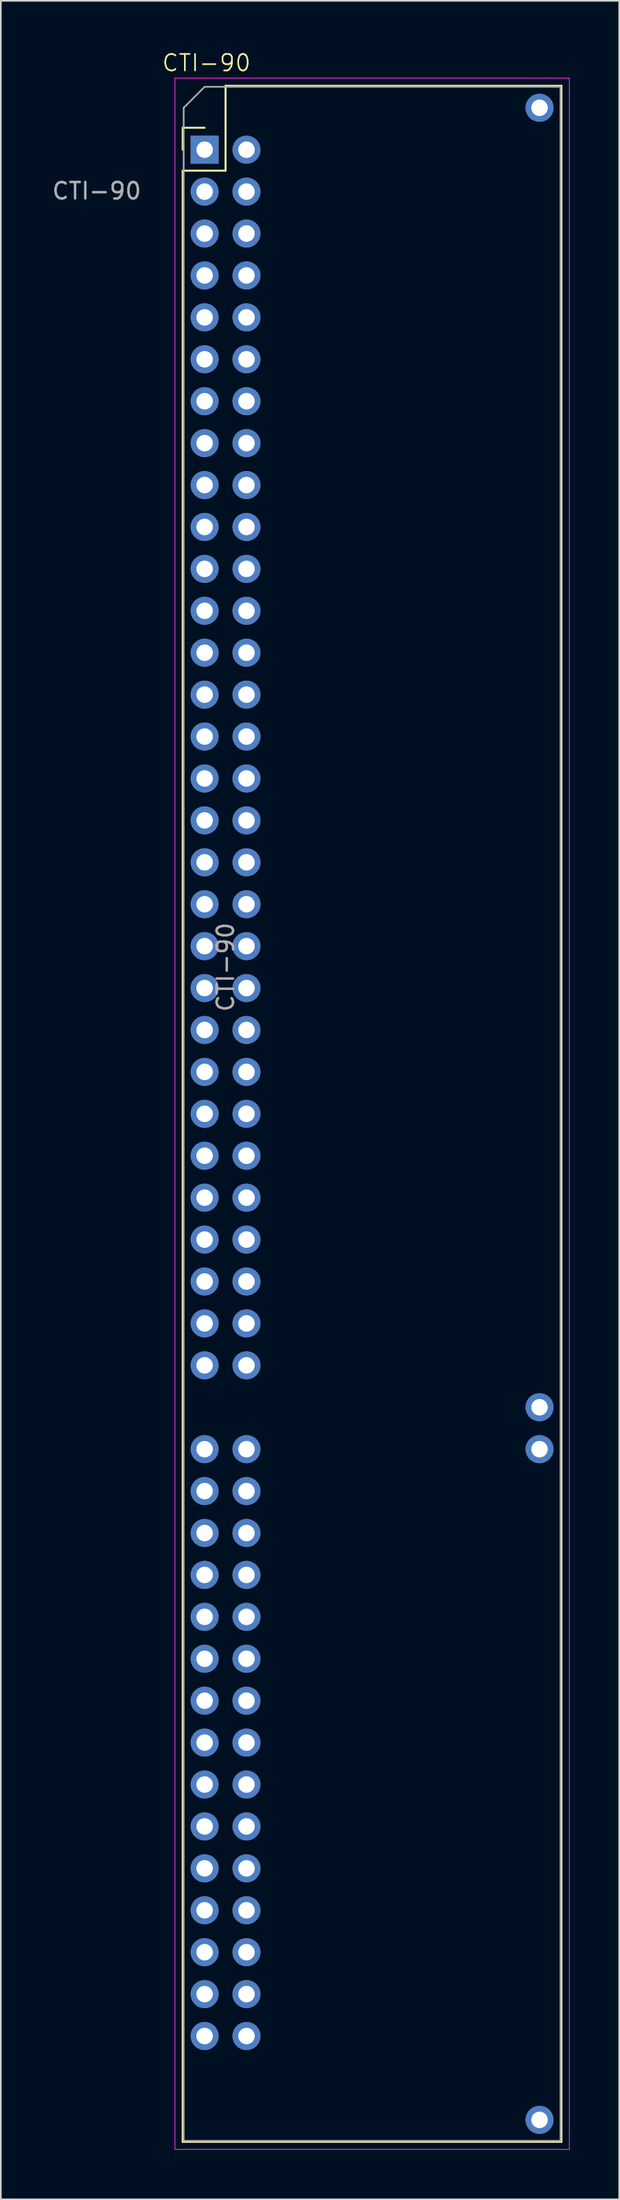
<source format=kicad_pcb>
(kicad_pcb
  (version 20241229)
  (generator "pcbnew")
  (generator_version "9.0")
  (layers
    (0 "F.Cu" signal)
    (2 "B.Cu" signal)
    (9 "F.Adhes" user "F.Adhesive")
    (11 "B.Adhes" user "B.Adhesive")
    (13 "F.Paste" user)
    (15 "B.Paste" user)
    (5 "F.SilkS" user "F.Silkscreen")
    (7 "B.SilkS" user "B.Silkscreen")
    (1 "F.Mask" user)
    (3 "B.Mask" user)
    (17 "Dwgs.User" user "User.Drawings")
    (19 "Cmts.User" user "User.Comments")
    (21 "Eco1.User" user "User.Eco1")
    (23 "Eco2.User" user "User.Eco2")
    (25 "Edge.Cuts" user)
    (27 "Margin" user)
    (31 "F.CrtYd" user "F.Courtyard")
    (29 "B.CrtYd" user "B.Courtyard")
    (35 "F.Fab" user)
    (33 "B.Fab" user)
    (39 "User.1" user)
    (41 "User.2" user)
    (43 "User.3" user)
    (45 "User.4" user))
  (footprint "CTI-90"
    (layer "F.Cu")
    (at 9.365 6.021)
    (property "Reference" "CTI-90" (at 0.11 -5.26 0) (unlocked yes) (layer "F.SilkS") (effects (font (size 1 1) (thickness 0.1))))
    (attr through_hole)
    (fp_line (start -1.33 -1.33) (end 0 -1.33) (stroke (width 0.12) (type solid)) (layer "F.SilkS"))
    (fp_line (start -1.33 0) (end -1.33 -1.33) (stroke (width 0.12) (type solid)) (layer "F.SilkS"))
    (fp_line (start -1.33 1.27) (end -1.33 120.71) (stroke (width 0.12) (type solid)) (layer "F.SilkS"))
    (fp_line (start -1.33 1.27) (end 1.27 1.27) (stroke (width 0.12) (type solid)) (layer "F.SilkS"))
    (fp_line (start -1.33 120.71) (end 21.65 120.71) (stroke (width 0.12) (type solid)) (layer "F.SilkS"))
    (fp_line (start 1.27 -3.87) (end 21.65 -3.87) (stroke (width 0.12) (type solid)) (layer "F.SilkS"))
    (fp_line (start 1.27 1.27) (end 1.27 -3.87) (stroke (width 0.12) (type solid)) (layer "F.SilkS"))
    (fp_line (start 21.65 -3.87) (end 21.65 120.71) (stroke (width 0.12) (type solid)) (layer "F.SilkS"))
    (fp_line (start -1.8 -4.34) (end -1.8 121.17) (stroke (width 0.05) (type solid)) (layer "F.CrtYd"))
    (fp_line (start -1.8 121.17) (end 22.13 121.17) (stroke (width 0.05) (type solid)) (layer "F.CrtYd"))
    (fp_line (start 22.13 -4.34) (end -1.8 -4.34) (stroke (width 0.05) (type solid)) (layer "F.CrtYd"))
    (fp_line (start 22.13 121.17) (end 22.13 -4.34) (stroke (width 0.05) (type solid)) (layer "F.CrtYd"))
    (fp_line (start -1.27 -2.54) (end 0 -3.81) (stroke (width 0.1) (type solid)) (layer "F.Fab"))
    (fp_line (start -1.27 120.65) (end -1.27 -2.54) (stroke (width 0.1) (type solid)) (layer "F.Fab"))
    (fp_line (start 0 -3.81) (end 21.59 -3.81) (stroke (width 0.1) (type solid)) (layer "F.Fab"))
    (fp_line (start 21.59 -3.81) (end 21.59 120.65) (stroke (width 0.1) (type solid)) (layer "F.Fab"))
    (fp_line (start 21.59 120.65) (end -1.27 120.65) (stroke (width 0.1) (type solid)) (layer "F.Fab"))
    (fp_text user "${REFERENCE}" (at -6.55 2.5 0) (unlocked yes) (layer "F.Fab") (effects (font (size 1 1) (thickness 0.15))))
    (fp_text user "${REFERENCE}" (at 1.27 49.53 90) (layer "F.Fab") (effects (font (size 1 1) (thickness 0.15))))
    (pad "" thru_hole oval (at 20.32 -2.54) (size 1.7 1.7) (drill 1) (layers "*.Cu" "*.Mask"))
    (pad "" thru_hole oval (at 20.32 76.2) (size 1.7 1.7) (drill 1) (layers "*.Cu" "*.Mask"))
    (pad "" thru_hole oval (at 20.32 78.74) (size 1.7 1.7) (drill 1) (layers "*.Cu" "*.Mask"))
    (pad "" thru_hole oval (at 20.32 119.38) (size 1.7 1.7) (drill 1) (layers "*.Cu" "*.Mask"))
    (pad "1" thru_hole rect (at 0 0) (size 1.7 1.7) (drill 1) (layers "*.Cu" "*.Mask"))
    (pad "2" thru_hole oval (at 2.54 0) (size 1.7 1.7) (drill 1) (layers "*.Cu" "*.Mask"))
    (pad "3" thru_hole oval (at 0 2.54) (size 1.7 1.7) (drill 1) (layers "*.Cu" "*.Mask"))
    (pad "4" thru_hole oval (at 2.54 2.54) (size 1.7 1.7) (drill 1) (layers "*.Cu" "*.Mask"))
    (pad "5" thru_hole oval (at 0 5.08) (size 1.7 1.7) (drill 1) (layers "*.Cu" "*.Mask"))
    (pad "6" thru_hole oval (at 2.54 5.08) (size 1.7 1.7) (drill 1) (layers "*.Cu" "*.Mask"))
    (pad "7" thru_hole oval (at 0 7.62) (size 1.7 1.7) (drill 1) (layers "*.Cu" "*.Mask"))
    (pad "8" thru_hole oval (at 2.54 7.62) (size 1.7 1.7) (drill 1) (layers "*.Cu" "*.Mask"))
    (pad "9" thru_hole oval (at 0 10.16) (size 1.7 1.7) (drill 1) (layers "*.Cu" "*.Mask"))
    (pad "10" thru_hole oval (at 2.54 10.16) (size 1.7 1.7) (drill 1) (layers "*.Cu" "*.Mask"))
    (pad "11" thru_hole oval (at 0 12.7) (size 1.7 1.7) (drill 1) (layers "*.Cu" "*.Mask"))
    (pad "12" thru_hole oval (at 2.54 12.7) (size 1.7 1.7) (drill 1) (layers "*.Cu" "*.Mask"))
    (pad "13" thru_hole oval (at 0 15.24) (size 1.7 1.7) (drill 1) (layers "*.Cu" "*.Mask"))
    (pad "14" thru_hole oval (at 2.54 15.24) (size 1.7 1.7) (drill 1) (layers "*.Cu" "*.Mask"))
    (pad "15" thru_hole oval (at 0 17.78) (size 1.7 1.7) (drill 1) (layers "*.Cu" "*.Mask"))
    (pad "16" thru_hole oval (at 2.54 17.78) (size 1.7 1.7) (drill 1) (layers "*.Cu" "*.Mask"))
    (pad "17" thru_hole oval (at 0 20.32) (size 1.7 1.7) (drill 1) (layers "*.Cu" "*.Mask"))
    (pad "18" thru_hole oval (at 2.54 20.32) (size 1.7 1.7) (drill 1) (layers "*.Cu" "*.Mask"))
    (pad "19" thru_hole oval (at 0 22.86) (size 1.7 1.7) (drill 1) (layers "*.Cu" "*.Mask"))
    (pad "20" thru_hole oval (at 2.54 22.86) (size 1.7 1.7) (drill 1) (layers "*.Cu" "*.Mask"))
    (pad "21" thru_hole oval (at 0 25.4) (size 1.7 1.7) (drill 1) (layers "*.Cu" "*.Mask"))
    (pad "22" thru_hole oval (at 2.54 25.4) (size 1.7 1.7) (drill 1) (layers "*.Cu" "*.Mask"))
    (pad "23" thru_hole oval (at 0 27.94) (size 1.7 1.7) (drill 1) (layers "*.Cu" "*.Mask"))
    (pad "24" thru_hole oval (at 2.54 27.94) (size 1.7 1.7) (drill 1) (layers "*.Cu" "*.Mask"))
    (pad "25" thru_hole oval (at 0 30.48) (size 1.7 1.7) (drill 1) (layers "*.Cu" "*.Mask"))
    (pad "26" thru_hole oval (at 2.54 30.48) (size 1.7 1.7) (drill 1) (layers "*.Cu" "*.Mask"))
    (pad "27" thru_hole oval (at 0 33.02) (size 1.7 1.7) (drill 1) (layers "*.Cu" "*.Mask"))
    (pad "28" thru_hole oval (at 2.54 33.02) (size 1.7 1.7) (drill 1) (layers "*.Cu" "*.Mask"))
    (pad "29" thru_hole oval (at 0 35.56) (size 1.7 1.7) (drill 1) (layers "*.Cu" "*.Mask"))
    (pad "30" thru_hole oval (at 2.54 35.56) (size 1.7 1.7) (drill 1) (layers "*.Cu" "*.Mask"))
    (pad "31" thru_hole oval (at 0 38.1) (size 1.7 1.7) (drill 1) (layers "*.Cu" "*.Mask"))
    (pad "32" thru_hole oval (at 2.54 38.1) (size 1.7 1.7) (drill 1) (layers "*.Cu" "*.Mask"))
    (pad "33" thru_hole oval (at 0 40.64) (size 1.7 1.7) (drill 1) (layers "*.Cu" "*.Mask"))
    (pad "34" thru_hole oval (at 2.54 40.64) (size 1.7 1.7) (drill 1) (layers "*.Cu" "*.Mask"))
    (pad "35" thru_hole oval (at 0 43.18) (size 1.7 1.7) (drill 1) (layers "*.Cu" "*.Mask"))
    (pad "36" thru_hole oval (at 2.54 43.18) (size 1.7 1.7) (drill 1) (layers "*.Cu" "*.Mask"))
    (pad "37" thru_hole oval (at 0 45.72) (size 1.7 1.7) (drill 1) (layers "*.Cu" "*.Mask"))
    (pad "38" thru_hole oval (at 2.54 45.72) (size 1.7 1.7) (drill 1) (layers "*.Cu" "*.Mask"))
    (pad "39" thru_hole oval (at 0 48.26) (size 1.7 1.7) (drill 1) (layers "*.Cu" "*.Mask"))
    (pad "40" thru_hole oval (at 2.54 48.26) (size 1.7 1.7) (drill 1) (layers "*.Cu" "*.Mask"))
    (pad "41" thru_hole oval (at 0 50.8) (size 1.7 1.7) (drill 1) (layers "*.Cu" "*.Mask"))
    (pad "42" thru_hole oval (at 2.54 50.8) (size 1.7 1.7) (drill 1) (layers "*.Cu" "*.Mask"))
    (pad "43" thru_hole oval (at 0 53.34) (size 1.7 1.7) (drill 1) (layers "*.Cu" "*.Mask"))
    (pad "44" thru_hole oval (at 2.54 53.34) (size 1.7 1.7) (drill 1) (layers "*.Cu" "*.Mask"))
    (pad "45" thru_hole oval (at 0 55.88) (size 1.7 1.7) (drill 1) (layers "*.Cu" "*.Mask"))
    (pad "46" thru_hole oval (at 2.54 55.88) (size 1.7 1.7) (drill 1) (layers "*.Cu" "*.Mask"))
    (pad "47" thru_hole oval (at 0 58.42) (size 1.7 1.7) (drill 1) (layers "*.Cu" "*.Mask"))
    (pad "48" thru_hole oval (at 2.54 58.42) (size 1.7 1.7) (drill 1) (layers "*.Cu" "*.Mask"))
    (pad "49" thru_hole oval (at 0 60.96) (size 1.7 1.7) (drill 1) (layers "*.Cu" "*.Mask"))
    (pad "50" thru_hole oval (at 2.54 60.96) (size 1.7 1.7) (drill 1) (layers "*.Cu" "*.Mask"))
    (pad "51" thru_hole oval (at 0 63.5) (size 1.7 1.7) (drill 1) (layers "*.Cu" "*.Mask"))
    (pad "52" thru_hole oval (at 2.54 63.5) (size 1.7 1.7) (drill 1) (layers "*.Cu" "*.Mask"))
    (pad "53" thru_hole oval (at 0 66.04) (size 1.7 1.7) (drill 1) (layers "*.Cu" "*.Mask"))
    (pad "54" thru_hole oval (at 2.54 66.04) (size 1.7 1.7) (drill 1) (layers "*.Cu" "*.Mask"))
    (pad "55" thru_hole oval (at 0 68.58) (size 1.7 1.7) (drill 1) (layers "*.Cu" "*.Mask"))
    (pad "56" thru_hole oval (at 2.54 68.58) (size 1.7 1.7) (drill 1) (layers "*.Cu" "*.Mask"))
    (pad "57" thru_hole oval (at 0 71.12) (size 1.7 1.7) (drill 1) (layers "*.Cu" "*.Mask"))
    (pad "58" thru_hole oval (at 2.54 71.12) (size 1.7 1.7) (drill 1) (layers "*.Cu" "*.Mask"))
    (pad "59" thru_hole oval (at 0 73.66) (size 1.7 1.7) (drill 1) (layers "*.Cu" "*.Mask"))
    (pad "60" thru_hole oval (at 2.54 73.66) (size 1.7 1.7) (drill 1) (layers "*.Cu" "*.Mask"))
    (pad "61" thru_hole oval (at 0 78.74) (size 1.7 1.7) (drill 1) (layers "*.Cu" "*.Mask"))
    (pad "62" thru_hole oval (at 2.54 78.74) (size 1.7 1.7) (drill 1) (layers "*.Cu" "*.Mask"))
    (pad "63" thru_hole oval (at 0 81.28) (size 1.7 1.7) (drill 1) (layers "*.Cu" "*.Mask"))
    (pad "64" thru_hole oval (at 2.54 81.28) (size 1.7 1.7) (drill 1) (layers "*.Cu" "*.Mask"))
    (pad "65" thru_hole oval (at 0 83.82) (size 1.7 1.7) (drill 1) (layers "*.Cu" "*.Mask"))
    (pad "66" thru_hole oval (at 2.54 83.82) (size 1.7 1.7) (drill 1) (layers "*.Cu" "*.Mask"))
    (pad "67" thru_hole oval (at 0 86.36) (size 1.7 1.7) (drill 1) (layers "*.Cu" "*.Mask"))
    (pad "68" thru_hole oval (at 2.54 86.36) (size 1.7 1.7) (drill 1) (layers "*.Cu" "*.Mask"))
    (pad "69" thru_hole oval (at 0 88.9) (size 1.7 1.7) (drill 1) (layers "*.Cu" "*.Mask"))
    (pad "70" thru_hole oval (at 2.54 88.9) (size 1.7 1.7) (drill 1) (layers "*.Cu" "*.Mask"))
    (pad "71" thru_hole oval (at 0 91.44) (size 1.7 1.7) (drill 1) (layers "*.Cu" "*.Mask"))
    (pad "72" thru_hole oval (at 2.54 91.44) (size 1.7 1.7) (drill 1) (layers "*.Cu" "*.Mask"))
    (pad "73" thru_hole oval (at 0 93.98) (size 1.7 1.7) (drill 1) (layers "*.Cu" "*.Mask"))
    (pad "74" thru_hole oval (at 2.54 93.98) (size 1.7 1.7) (drill 1) (layers "*.Cu" "*.Mask"))
    (pad "75" thru_hole oval (at 0 96.52) (size 1.7 1.7) (drill 1) (layers "*.Cu" "*.Mask"))
    (pad "76" thru_hole oval (at 2.54 96.52) (size 1.7 1.7) (drill 1) (layers "*.Cu" "*.Mask"))
    (pad "77" thru_hole oval (at 0 99.06) (size 1.7 1.7) (drill 1) (layers "*.Cu" "*.Mask"))
    (pad "78" thru_hole oval (at 2.54 99.06) (size 1.7 1.7) (drill 1) (layers "*.Cu" "*.Mask"))
    (pad "79" thru_hole oval (at 0 101.6) (size 1.7 1.7) (drill 1) (layers "*.Cu" "*.Mask"))
    (pad "80" thru_hole oval (at 2.54 101.6) (size 1.7 1.7) (drill 1) (layers "*.Cu" "*.Mask"))
    (pad "81" thru_hole oval (at 0 104.14) (size 1.7 1.7) (drill 1) (layers "*.Cu" "*.Mask"))
    (pad "82" thru_hole oval (at 2.54 104.14) (size 1.7 1.7) (drill 1) (layers "*.Cu" "*.Mask"))
    (pad "83" thru_hole oval (at 0 106.68) (size 1.7 1.7) (drill 1) (layers "*.Cu" "*.Mask"))
    (pad "84" thru_hole oval (at 2.54 106.68) (size 1.7 1.7) (drill 1) (layers "*.Cu" "*.Mask"))
    (pad "85" thru_hole oval (at 0 109.22) (size 1.7 1.7) (drill 1) (layers "*.Cu" "*.Mask"))
    (pad "86" thru_hole oval (at 2.54 109.22) (size 1.7 1.7) (drill 1) (layers "*.Cu" "*.Mask"))
    (pad "87" thru_hole oval (at 0 111.76) (size 1.7 1.7) (drill 1) (layers "*.Cu" "*.Mask"))
    (pad "88" thru_hole oval (at 2.54 111.76) (size 1.7 1.7) (drill 1) (layers "*.Cu" "*.Mask"))
    (pad "89" thru_hole oval (at 0 114.3) (size 1.7 1.7) (drill 1) (layers "*.Cu" "*.Mask"))
    (pad "90" thru_hole oval (at 2.54 114.3) (size 1.7 1.7) (drill 1) (layers "*.Cu" "*.Mask")))
  (gr_rect
    (start -3 -3)
    (end 34.52 130.215)
    (stroke (width 0.1) (type default))
    (fill no)
    (layer "Edge.Cuts")))
</source>
